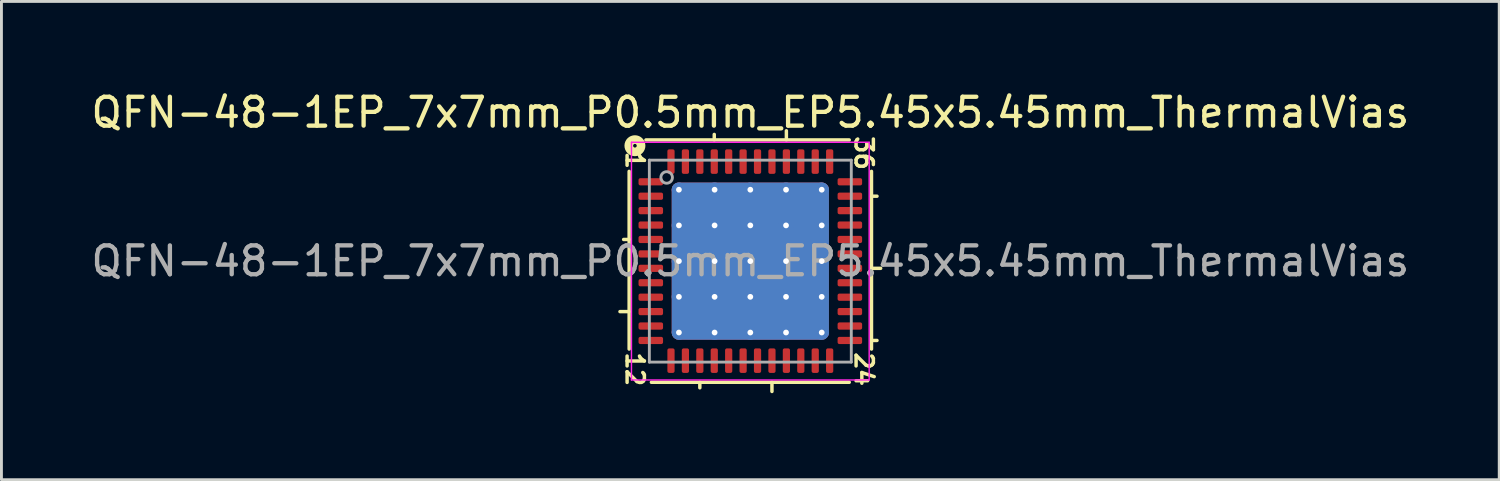
<source format=kicad_pcb>
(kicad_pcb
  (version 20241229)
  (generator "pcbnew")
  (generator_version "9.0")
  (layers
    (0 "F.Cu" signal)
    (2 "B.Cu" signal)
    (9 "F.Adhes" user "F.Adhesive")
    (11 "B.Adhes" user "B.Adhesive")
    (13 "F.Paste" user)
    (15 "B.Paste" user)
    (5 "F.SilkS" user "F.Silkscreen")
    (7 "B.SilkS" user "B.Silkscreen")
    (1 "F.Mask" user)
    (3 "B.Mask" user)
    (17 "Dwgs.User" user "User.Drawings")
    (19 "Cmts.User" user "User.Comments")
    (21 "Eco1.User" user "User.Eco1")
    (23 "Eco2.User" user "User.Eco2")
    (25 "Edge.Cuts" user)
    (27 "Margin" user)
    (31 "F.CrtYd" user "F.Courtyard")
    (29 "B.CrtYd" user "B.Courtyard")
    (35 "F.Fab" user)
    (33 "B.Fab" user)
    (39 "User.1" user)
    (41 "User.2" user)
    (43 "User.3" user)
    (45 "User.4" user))
  (footprint "QFN-48-1EP_7x7mm_P0.5mm_EP5.45x5.45mm_ThermalVias"
    (layer "F.Cu")
    (at 22.958 6.001)
    (property "Reference" "QFN-48-1EP_7x7mm_P0.5mm_EP5.45x5.45mm_ThermalVias" (at 0 -5.152 0) (layer "F.SilkS") (effects (font (size 1 1) (thickness 0.15))))
    (attr smd)
    (fp_line (start -4.2 -3.111) (end -4.2 3.048) (stroke (width 0.12) (type solid)) (layer "F.SilkS"))
    (fp_line (start -4.2 -0.75) (end -4.391 -0.75) (stroke (width 0.12) (type solid)) (layer "F.SilkS"))
    (fp_line (start -4.2 1.75) (end -4.518 1.75) (stroke (width 0.12) (type solid)) (layer "F.SilkS"))
    (fp_line (start -3.429 4.2) (end 3.429 4.2) (stroke (width 0.12) (type solid)) (layer "F.SilkS"))
    (fp_line (start -1.75 4.2) (end -1.75 4.391) (stroke (width 0.12) (type solid)) (layer "F.SilkS"))
    (fp_line (start -1.25 -4.2) (end -1.25 -4.391) (stroke (width 0.12) (type solid)) (layer "F.SilkS"))
    (fp_line (start 0.75 4.2) (end 0.75 4.518) (stroke (width 0.12) (type solid)) (layer "F.SilkS"))
    (fp_line (start 1.25 -4.2) (end 1.25 -4.518) (stroke (width 0.12) (type solid)) (layer "F.SilkS"))
    (fp_line (start 3.429 -4.2) (end -3.619 -4.2) (stroke (width 0.12) (type solid)) (layer "F.SilkS"))
    (fp_line (start 4.2 -2.25) (end 4.391 -2.25) (stroke (width 0.12) (type solid)) (layer "F.SilkS"))
    (fp_line (start 4.2 0.25) (end 4.518 0.25) (stroke (width 0.12) (type solid)) (layer "F.SilkS"))
    (fp_line (start 4.2 2.75) (end 4.391 2.75) (stroke (width 0.12) (type solid)) (layer "F.SilkS"))
    (fp_line (start 4.2 3.048) (end 4.2 -3.111) (stroke (width 0.12) (type solid)) (layer "F.SilkS"))
    (fp_circle (center -4 -4) (end -3.937 -4) (stroke (width 0.3) (type solid)) (fill no) (layer "F.SilkS"))
    (fp_line (start -4.12 -4.12) (end -4.12 4.12) (stroke (width 0.05) (type solid)) (layer "F.CrtYd"))
    (fp_line (start -4.12 4.12) (end 4.12 4.12) (stroke (width 0.05) (type solid)) (layer "F.CrtYd"))
    (fp_line (start 4.12 -4.12) (end -4.12 -4.12) (stroke (width 0.05) (type solid)) (layer "F.CrtYd"))
    (fp_line (start 4.12 4.12) (end 4.12 -4.12) (stroke (width 0.05) (type solid)) (layer "F.CrtYd"))
    (fp_line (start -3.5 -3.5) (end 3.5 -3.5) (stroke (width 0.1) (type solid)) (layer "F.Fab"))
    (fp_line (start -3.5 3.5) (end -3.5 -3.5) (stroke (width 0.1) (type solid)) (layer "F.Fab"))
    (fp_line (start 3.5 -3.5) (end 3.5 3.5) (stroke (width 0.1) (type solid)) (layer "F.Fab"))
    (fp_line (start 3.5 3.5) (end -3.5 3.5) (stroke (width 0.1) (type solid)) (layer "F.Fab"))
    (fp_circle (center -2.9 -2.9) (end -2.7 -2.9) (stroke (width 0.1) (type solid)) (fill no) (layer "F.Fab"))
    (fp_text user "1" (at -4 -3.493 270) (unlocked yes) (layer "F.SilkS") (effects (font (size 0.6 0.6) (thickness 0.12))))
    (fp_text user "36" (at 3.937 -3.747 270) (unlocked yes) (layer "F.SilkS") (effects (font (size 0.6 0.6) (thickness 0.12))))
    (fp_text user "24" (at 3.937 3.747 270) (unlocked yes) (layer "F.SilkS") (effects (font (size 0.6 0.6) (thickness 0.12))))
    (fp_text user "12" (at -4 3.747 270) (unlocked yes) (layer "F.SilkS") (effects (font (size 0.6 0.6) (thickness 0.12))))
    (fp_text user "${REFERENCE}" (at 0 0 0) (layer "F.Fab") (effects (font (size 1 1) (thickness 0.15))))
    (pad "" smd roundrect (at -1.856 -1.856) (size 1.098 1.098) (layers "F.Paste") (roundrect_rratio 0.228))
    (pad "" smd roundrect (at -1.856 -0.619) (size 1.098 1.098) (layers "F.Paste") (roundrect_rratio 0.228))
    (pad "" smd roundrect (at -1.856 0.619) (size 1.098 1.098) (layers "F.Paste") (roundrect_rratio 0.228))
    (pad "" smd roundrect (at -1.856 1.856) (size 1.098 1.098) (layers "F.Paste") (roundrect_rratio 0.228))
    (pad "" smd roundrect (at -0.619 -1.856) (size 1.098 1.098) (layers "F.Paste") (roundrect_rratio 0.228))
    (pad "" smd roundrect (at -0.619 -0.619) (size 1.098 1.098) (layers "F.Paste") (roundrect_rratio 0.228))
    (pad "" smd roundrect (at -0.619 0.619) (size 1.098 1.098) (layers "F.Paste") (roundrect_rratio 0.228))
    (pad "" smd roundrect (at -0.619 1.856) (size 1.098 1.098) (layers "F.Paste") (roundrect_rratio 0.228))
    (pad "" smd roundrect (at 0.619 -1.856) (size 1.098 1.098) (layers "F.Paste") (roundrect_rratio 0.228))
    (pad "" smd roundrect (at 0.619 -0.619) (size 1.098 1.098) (layers "F.Paste") (roundrect_rratio 0.228))
    (pad "" smd roundrect (at 0.619 0.619) (size 1.098 1.098) (layers "F.Paste") (roundrect_rratio 0.228))
    (pad "" smd roundrect (at 0.619 1.856) (size 1.098 1.098) (layers "F.Paste") (roundrect_rratio 0.228))
    (pad "" smd roundrect (at 1.856 -1.856) (size 1.098 1.098) (layers "F.Paste") (roundrect_rratio 0.228))
    (pad "" smd roundrect (at 1.856 -0.619) (size 1.098 1.098) (layers "F.Paste") (roundrect_rratio 0.228))
    (pad "" smd roundrect (at 1.856 0.619) (size 1.098 1.098) (layers "F.Paste") (roundrect_rratio 0.228))
    (pad "" smd roundrect (at 1.856 1.856) (size 1.098 1.098) (layers "F.Paste") (roundrect_rratio 0.228))
    (pad "1" smd roundrect (at -3.45 -2.75) (size 0.85 0.25) (layers "F.Cu" "F.Mask" "F.Paste") (roundrect_rratio 0.25))
    (pad "2" smd roundrect (at -3.45 -2.25) (size 0.85 0.25) (layers "F.Cu" "F.Mask" "F.Paste") (roundrect_rratio 0.25))
    (pad "3" smd roundrect (at -3.45 -1.75) (size 0.85 0.25) (layers "F.Cu" "F.Mask" "F.Paste") (roundrect_rratio 0.25))
    (pad "4" smd roundrect (at -3.45 -1.25) (size 0.85 0.25) (layers "F.Cu" "F.Mask" "F.Paste") (roundrect_rratio 0.25))
    (pad "5" smd roundrect (at -3.45 -0.75) (size 0.85 0.25) (layers "F.Cu" "F.Mask" "F.Paste") (roundrect_rratio 0.25))
    (pad "6" smd roundrect (at -3.45 -0.25) (size 0.85 0.25) (layers "F.Cu" "F.Mask" "F.Paste") (roundrect_rratio 0.25))
    (pad "7" smd roundrect (at -3.45 0.25) (size 0.85 0.25) (layers "F.Cu" "F.Mask" "F.Paste") (roundrect_rratio 0.25))
    (pad "8" smd roundrect (at -3.45 0.75) (size 0.85 0.25) (layers "F.Cu" "F.Mask" "F.Paste") (roundrect_rratio 0.25))
    (pad "9" smd roundrect (at -3.45 1.25) (size 0.85 0.25) (layers "F.Cu" "F.Mask" "F.Paste") (roundrect_rratio 0.25))
    (pad "10" smd roundrect (at -3.45 1.75) (size 0.85 0.25) (layers "F.Cu" "F.Mask" "F.Paste") (roundrect_rratio 0.25))
    (pad "11" smd roundrect (at -3.45 2.25) (size 0.85 0.25) (layers "F.Cu" "F.Mask" "F.Paste") (roundrect_rratio 0.25))
    (pad "12" smd roundrect (at -3.45 2.75) (size 0.85 0.25) (layers "F.Cu" "F.Mask" "F.Paste") (roundrect_rratio 0.25))
    (pad "13" smd roundrect (at -2.75 3.45) (size 0.25 0.85) (layers "F.Cu" "F.Mask" "F.Paste") (roundrect_rratio 0.25))
    (pad "14" smd roundrect (at -2.25 3.45) (size 0.25 0.85) (layers "F.Cu" "F.Mask" "F.Paste") (roundrect_rratio 0.25))
    (pad "15" smd roundrect (at -1.75 3.45) (size 0.25 0.85) (layers "F.Cu" "F.Mask" "F.Paste") (roundrect_rratio 0.25))
    (pad "16" smd roundrect (at -1.25 3.45) (size 0.25 0.85) (layers "F.Cu" "F.Mask" "F.Paste") (roundrect_rratio 0.25))
    (pad "17" smd roundrect (at -0.75 3.45) (size 0.25 0.85) (layers "F.Cu" "F.Mask" "F.Paste") (roundrect_rratio 0.25))
    (pad "18" smd roundrect (at -0.25 3.45) (size 0.25 0.85) (layers "F.Cu" "F.Mask" "F.Paste") (roundrect_rratio 0.25))
    (pad "19" smd roundrect (at 0.25 3.45) (size 0.25 0.85) (layers "F.Cu" "F.Mask" "F.Paste") (roundrect_rratio 0.25))
    (pad "20" smd roundrect (at 0.75 3.45) (size 0.25 0.85) (layers "F.Cu" "F.Mask" "F.Paste") (roundrect_rratio 0.25))
    (pad "21" smd roundrect (at 1.25 3.45) (size 0.25 0.85) (layers "F.Cu" "F.Mask" "F.Paste") (roundrect_rratio 0.25))
    (pad "22" smd roundrect (at 1.75 3.45) (size 0.25 0.85) (layers "F.Cu" "F.Mask" "F.Paste") (roundrect_rratio 0.25))
    (pad "23" smd roundrect (at 2.25 3.45) (size 0.25 0.85) (layers "F.Cu" "F.Mask" "F.Paste") (roundrect_rratio 0.25))
    (pad "24" smd roundrect (at 2.75 3.45) (size 0.25 0.85) (layers "F.Cu" "F.Mask" "F.Paste") (roundrect_rratio 0.25))
    (pad "25" smd roundrect (at 3.45 2.75) (size 0.85 0.25) (layers "F.Cu" "F.Mask" "F.Paste") (roundrect_rratio 0.25))
    (pad "26" smd roundrect (at 3.45 2.25) (size 0.85 0.25) (layers "F.Cu" "F.Mask" "F.Paste") (roundrect_rratio 0.25))
    (pad "27" smd roundrect (at 3.45 1.75) (size 0.85 0.25) (layers "F.Cu" "F.Mask" "F.Paste") (roundrect_rratio 0.25))
    (pad "28" smd roundrect (at 3.45 1.25) (size 0.85 0.25) (layers "F.Cu" "F.Mask" "F.Paste") (roundrect_rratio 0.25))
    (pad "29" smd roundrect (at 3.45 0.75) (size 0.85 0.25) (layers "F.Cu" "F.Mask" "F.Paste") (roundrect_rratio 0.25))
    (pad "30" smd roundrect (at 3.45 0.25) (size 0.85 0.25) (layers "F.Cu" "F.Mask" "F.Paste") (roundrect_rratio 0.25))
    (pad "31" smd roundrect (at 3.45 -0.25) (size 0.85 0.25) (layers "F.Cu" "F.Mask" "F.Paste") (roundrect_rratio 0.25))
    (pad "32" smd roundrect (at 3.45 -0.75) (size 0.85 0.25) (layers "F.Cu" "F.Mask" "F.Paste") (roundrect_rratio 0.25))
    (pad "33" smd roundrect (at 3.45 -1.25) (size 0.85 0.25) (layers "F.Cu" "F.Mask" "F.Paste") (roundrect_rratio 0.25))
    (pad "34" smd roundrect (at 3.45 -1.75) (size 0.85 0.25) (layers "F.Cu" "F.Mask" "F.Paste") (roundrect_rratio 0.25))
    (pad "35" smd roundrect (at 3.45 -2.25) (size 0.85 0.25) (layers "F.Cu" "F.Mask" "F.Paste") (roundrect_rratio 0.25))
    (pad "36" smd roundrect (at 3.45 -2.75) (size 0.85 0.25) (layers "F.Cu" "F.Mask" "F.Paste") (roundrect_rratio 0.25))
    (pad "37" smd roundrect (at 2.75 -3.45) (size 0.25 0.85) (layers "F.Cu" "F.Mask" "F.Paste") (roundrect_rratio 0.25))
    (pad "38" smd roundrect (at 2.25 -3.45) (size 0.25 0.85) (layers "F.Cu" "F.Mask" "F.Paste") (roundrect_rratio 0.25))
    (pad "39" smd roundrect (at 1.75 -3.45) (size 0.25 0.85) (layers "F.Cu" "F.Mask" "F.Paste") (roundrect_rratio 0.25))
    (pad "40" smd roundrect (at 1.25 -3.45) (size 0.25 0.85) (layers "F.Cu" "F.Mask" "F.Paste") (roundrect_rratio 0.25))
    (pad "41" smd roundrect (at 0.75 -3.45) (size 0.25 0.85) (layers "F.Cu" "F.Mask" "F.Paste") (roundrect_rratio 0.25))
    (pad "42" smd roundrect (at 0.25 -3.45) (size 0.25 0.85) (layers "F.Cu" "F.Mask" "F.Paste") (roundrect_rratio 0.25))
    (pad "43" smd roundrect (at -0.25 -3.45) (size 0.25 0.85) (layers "F.Cu" "F.Mask" "F.Paste") (roundrect_rratio 0.25))
    (pad "44" smd roundrect (at -0.75 -3.45) (size 0.25 0.85) (layers "F.Cu" "F.Mask" "F.Paste") (roundrect_rratio 0.25))
    (pad "45" smd roundrect (at -1.25 -3.45) (size 0.25 0.85) (layers "F.Cu" "F.Mask" "F.Paste") (roundrect_rratio 0.25))
    (pad "46" smd roundrect (at -1.75 -3.45) (size 0.25 0.85) (layers "F.Cu" "F.Mask" "F.Paste") (roundrect_rratio 0.25))
    (pad "47" smd roundrect (at -2.25 -3.45) (size 0.25 0.85) (layers "F.Cu" "F.Mask" "F.Paste") (roundrect_rratio 0.25))
    (pad "48" smd roundrect (at -2.75 -3.45) (size 0.25 0.85) (layers "F.Cu" "F.Mask" "F.Paste") (roundrect_rratio 0.25))
    (pad "49" thru_hole circle (at -2.475 -2.475) (size 0.5 0.5) (drill 0.2) (property pad_prop_heatsink) (layers "*.Cu"))
    (pad "49" thru_hole circle (at -2.475 -1.238) (size 0.5 0.5) (drill 0.2) (property pad_prop_heatsink) (layers "*.Cu"))
    (pad "49" thru_hole circle (at -2.475 0) (size 0.5 0.5) (drill 0.2) (property pad_prop_heatsink) (layers "*.Cu"))
    (pad "49" thru_hole circle (at -2.475 1.238) (size 0.5 0.5) (drill 0.2) (property pad_prop_heatsink) (layers "*.Cu"))
    (pad "49" thru_hole circle (at -2.475 2.475) (size 0.5 0.5) (drill 0.2) (property pad_prop_heatsink) (layers "*.Cu"))
    (pad "49" thru_hole circle (at -1.238 -2.475) (size 0.5 0.5) (drill 0.2) (property pad_prop_heatsink) (layers "*.Cu"))
    (pad "49" thru_hole circle (at -1.238 -1.238) (size 0.5 0.5) (drill 0.2) (property pad_prop_heatsink) (layers "*.Cu"))
    (pad "49" thru_hole circle (at -1.238 0) (size 0.5 0.5) (drill 0.2) (property pad_prop_heatsink) (layers "*.Cu"))
    (pad "49" thru_hole circle (at -1.238 1.238) (size 0.5 0.5) (drill 0.2) (property pad_prop_heatsink) (layers "*.Cu"))
    (pad "49" thru_hole circle (at -1.238 2.475) (size 0.5 0.5) (drill 0.2) (property pad_prop_heatsink) (layers "*.Cu"))
    (pad "49" thru_hole circle (at 0 -2.475) (size 0.5 0.5) (drill 0.2) (property pad_prop_heatsink) (layers "*.Cu"))
    (pad "49" thru_hole circle (at 0 -1.238) (size 0.5 0.5) (drill 0.2) (property pad_prop_heatsink) (layers "*.Cu"))
    (pad "49" thru_hole circle (at 0 0) (size 0.5 0.5) (drill 0.2) (property pad_prop_heatsink) (layers "*.Cu"))
    (pad "49" smd roundrect (at 0 0) (size 5.45 5.45) (layers "F.Cu" "F.Mask") (roundrect_rratio 0.046))
    (pad "49" smd roundrect (at 0 0) (size 5.45 5.45) (layers "B.Cu" "B.Mask") (roundrect_rratio 0.046))
    (pad "49" thru_hole circle (at 0 1.238) (size 0.5 0.5) (drill 0.2) (property pad_prop_heatsink) (layers "*.Cu"))
    (pad "49" thru_hole circle (at 0 2.475) (size 0.5 0.5) (drill 0.2) (property pad_prop_heatsink) (layers "*.Cu"))
    (pad "49" thru_hole circle (at 1.238 -2.475) (size 0.5 0.5) (drill 0.2) (property pad_prop_heatsink) (layers "*.Cu"))
    (pad "49" thru_hole circle (at 1.238 -1.238) (size 0.5 0.5) (drill 0.2) (property pad_prop_heatsink) (layers "*.Cu"))
    (pad "49" thru_hole circle (at 1.238 0) (size 0.5 0.5) (drill 0.2) (property pad_prop_heatsink) (layers "*.Cu"))
    (pad "49" thru_hole circle (at 1.238 1.238) (size 0.5 0.5) (drill 0.2) (property pad_prop_heatsink) (layers "*.Cu"))
    (pad "49" thru_hole circle (at 1.238 2.475) (size 0.5 0.5) (drill 0.2) (property pad_prop_heatsink) (layers "*.Cu"))
    (pad "49" thru_hole circle (at 2.475 -2.475) (size 0.5 0.5) (drill 0.2) (property pad_prop_heatsink) (layers "*.Cu"))
    (pad "49" thru_hole circle (at 2.475 -1.238) (size 0.5 0.5) (drill 0.2) (property pad_prop_heatsink) (layers "*.Cu"))
    (pad "49" thru_hole circle (at 2.475 0) (size 0.5 0.5) (drill 0.2) (property pad_prop_heatsink) (layers "*.Cu"))
    (pad "49" thru_hole circle (at 2.475 1.238) (size 0.5 0.5) (drill 0.2) (property pad_prop_heatsink) (layers "*.Cu"))
    (pad "49" thru_hole circle (at 2.475 2.475) (size 0.5 0.5) (drill 0.2) (property pad_prop_heatsink) (layers "*.Cu")))
  (gr_rect
    (start -3 -3)
    (end 48.917 13.578)
    (stroke (width 0.1) (type default))
    (fill no)
    (layer "Edge.Cuts")))
</source>
